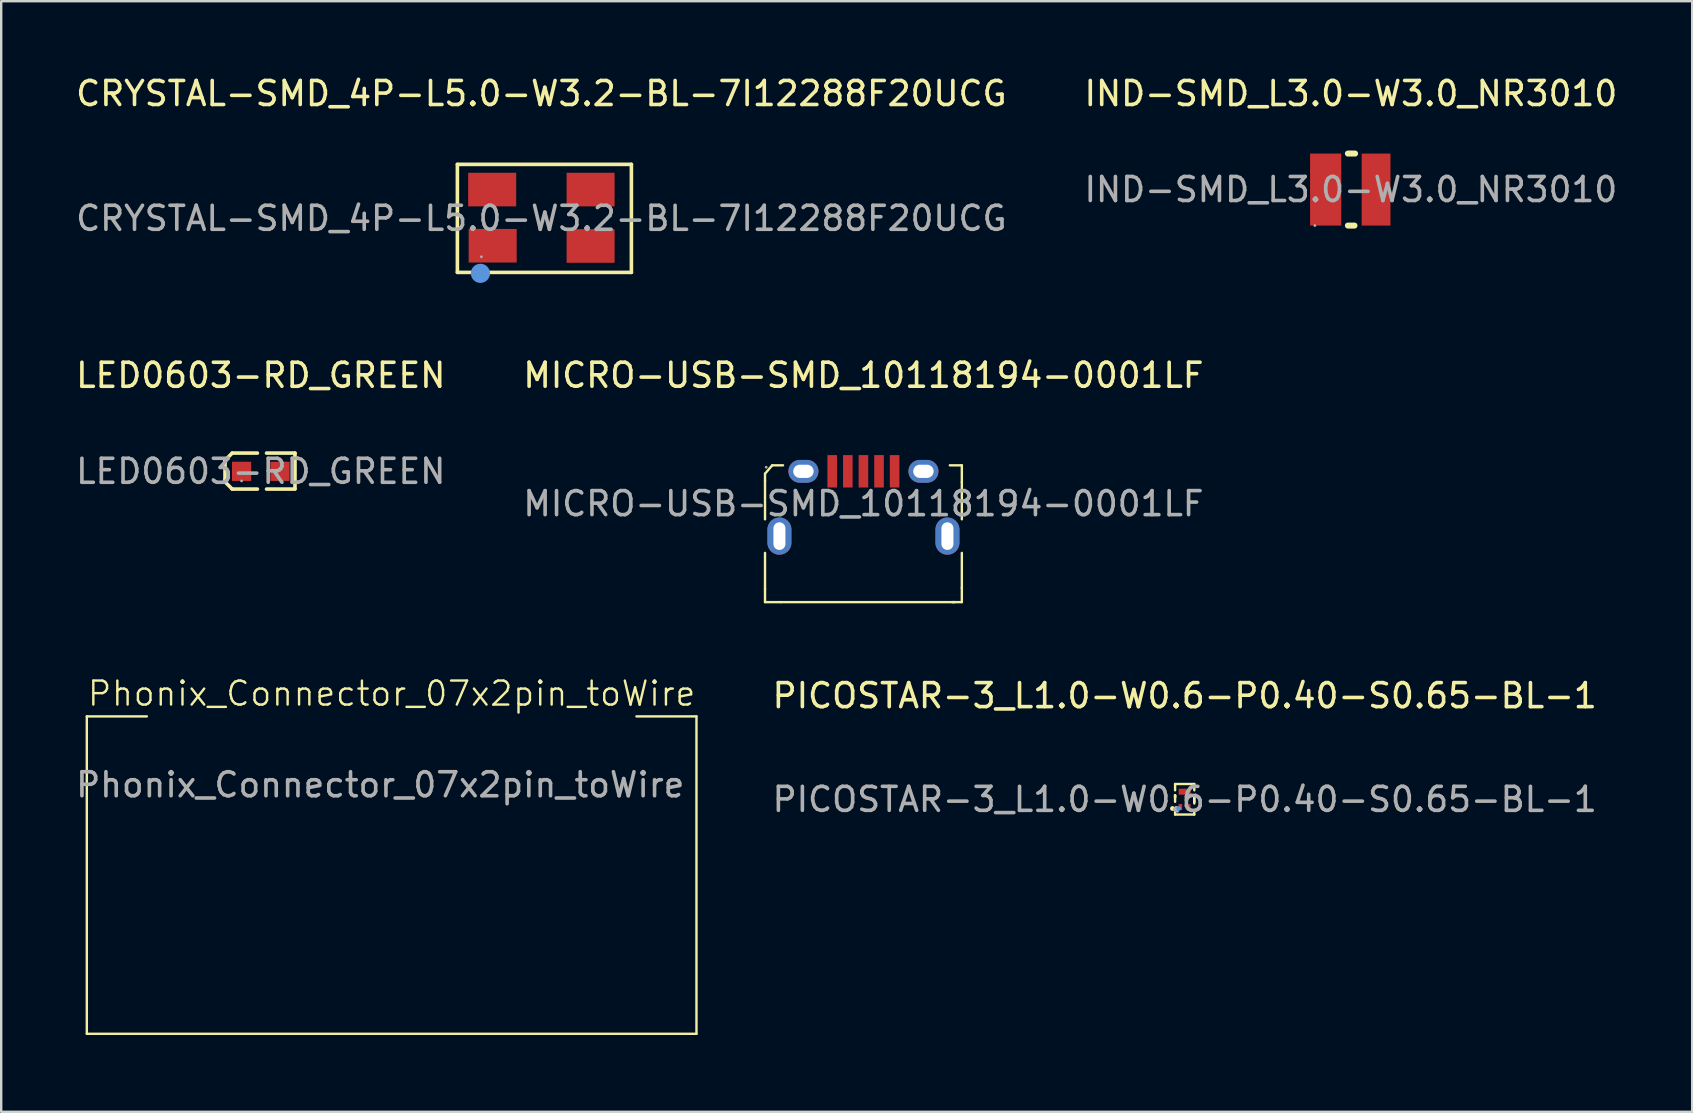
<source format=kicad_pcb>
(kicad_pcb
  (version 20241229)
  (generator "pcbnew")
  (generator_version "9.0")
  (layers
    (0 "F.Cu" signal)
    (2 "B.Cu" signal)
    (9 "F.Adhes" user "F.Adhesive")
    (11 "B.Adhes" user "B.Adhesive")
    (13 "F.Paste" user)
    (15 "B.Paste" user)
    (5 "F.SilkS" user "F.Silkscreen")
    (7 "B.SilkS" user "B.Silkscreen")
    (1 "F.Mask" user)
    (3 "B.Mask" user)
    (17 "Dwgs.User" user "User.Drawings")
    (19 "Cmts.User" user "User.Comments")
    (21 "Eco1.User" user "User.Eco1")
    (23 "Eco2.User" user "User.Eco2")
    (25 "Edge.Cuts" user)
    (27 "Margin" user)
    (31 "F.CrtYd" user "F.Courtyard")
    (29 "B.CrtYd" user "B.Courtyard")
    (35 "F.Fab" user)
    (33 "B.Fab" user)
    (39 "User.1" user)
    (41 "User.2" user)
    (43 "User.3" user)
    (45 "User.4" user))
  (footprint "PICOSTAR-3_L1.0-W0.6-P0.40-S0.65-BL-1"
    (layer "F.Cu")
    (at 46.308 30.255)
    (property "Reference" "PICOSTAR-3_L1.0-W0.6-P0.40-S0.65-BL-1" (at 0 -4.32 0) (layer "F.SilkS") (effects (font (size 1 1) (thickness 0.15))))
    (attr smd)
    (fp_line (start -0.4 -0.64) (end -0.4 -0.38) (stroke (width 0.1) (type solid)) (layer "F.SilkS"))
    (fp_line (start -0.4 -0.17) (end -0.4 -0.1) (stroke (width 0.1) (type solid)) (layer "F.SilkS"))
    (fp_line (start -0.4 -0.17) (end -0.4 -0.07) (stroke (width 0.1) (type solid)) (layer "F.SilkS"))
    (fp_line (start -0.4 -0.17) (end -0.4 0.1) (stroke (width 0.1) (type solid)) (layer "F.SilkS"))
    (fp_line (start -0.4 0.45) (end -0.4 0.63) (stroke (width 0.1) (type solid)) (layer "F.SilkS"))
    (fp_line (start -0.4 0.63) (end 0.4 0.63) (stroke (width 0.1) (type solid)) (layer "F.SilkS"))
    (fp_line (start 0.4 -0.64) (end -0.4 -0.64) (stroke (width 0.1) (type solid)) (layer "F.SilkS"))
    (fp_line (start 0.4 -0.38) (end 0.4 -0.64) (stroke (width 0.1) (type solid)) (layer "F.SilkS"))
    (fp_line (start 0.4 -0.12) (end 0.4 -0.17) (stroke (width 0.1) (type solid)) (layer "F.SilkS"))
    (fp_line (start 0.4 0.1) (end 0.4 -0.17) (stroke (width 0.1) (type solid)) (layer "F.SilkS"))
    (fp_line (start 0.4 0.1) (end 0.4 -0.17) (stroke (width 0.1) (type solid)) (layer "F.SilkS"))
    (fp_line (start 0.4 0.1) (end 0.4 0.17) (stroke (width 0.1) (type solid)) (layer "F.SilkS"))
    (fp_line (start 0.4 0.48) (end 0.4 0.63) (stroke (width 0.1) (type solid)) (layer "F.SilkS"))
    (fp_circle (center -0.51 0.38) (end -0.46 0.38) (stroke (width 0.1) (type solid)) (fill no) (layer "F.SilkS"))
    (fp_circle (center -0.25 0.38) (end -0.2 0.38) (stroke (width 0.1) (type solid)) (fill no) (layer "Cmts.User"))
    (fp_circle (center -0.3 0.5) (end -0.27 0.5) (stroke (width 0.06) (type solid)) (fill no) (layer "F.Fab"))
    (fp_text user "${REFERENCE}" (at 0 0 0) (layer "F.Fab") (effects (font (size 1 1) (thickness 0.15))))
    (pad "1" smd rect (at -0.18 0.32) (size 0.15 0.25) (layers "F.Cu" "F.Mask" "F.Paste"))
    (pad "2" smd rect (at 0.17 0.32) (size 0.15 0.25) (layers "F.Cu" "F.Mask" "F.Paste"))
    (pad "3" smd rect (at 0 -0.32) (size 0.5 0.25) (layers "F.Cu" "F.Mask" "F.Paste")))
  (footprint "IND-SMD_L3.0-W3.0_NR3010"
    (layer "F.Cu")
    (at 53.232 4.848)
    (property "Reference" "IND-SMD_L3.0-W3.0_NR3010" (at 0 -4 0) (layer "F.SilkS") (effects (font (size 1 1) (thickness 0.15))))
    (attr smd)
    (fp_line (start -0.125 -1.5) (end 0.175 -1.5) (stroke (width 0.25) (type solid)) (layer "F.SilkS"))
    (fp_line (start -0.125 1.5) (end 0.15 1.5) (stroke (width 0.25) (type solid)) (layer "F.SilkS"))
    (fp_circle (center -1.5 1.5) (end -1.47 1.5) (stroke (width 0.06) (type solid)) (fill no) (layer "F.Fab"))
    (fp_text user "${REFERENCE}" (at 0 0 0) (layer "F.Fab") (effects (font (size 1 1) (thickness 0.15))))
    (pad "1" smd rect (at -1.05 0) (size 1.3 3) (layers "F.Cu" "F.Mask" "F.Paste"))
    (pad "2" smd rect (at 1.05 0) (size 1.2 3) (layers "F.Cu" "F.Mask" "F.Paste")))
  (footprint "MICRO-USB-SMD_10118194-0001LF"
    (layer "F.Cu")
    (at 32.923 17.936)
    (property "Reference" "MICRO-USB-SMD_10118194-0001LF" (at 0 -5.35 0) (layer "F.SilkS") (effects (font (size 1 1) (thickness 0.15))))
    (attr smd)
    (fp_line (start -4.1 -1.25) (end -4.1 -0.95) (stroke (width 0.1) (type solid)) (layer "F.SilkS"))
    (fp_line (start -4.1 0.65) (end -4.1 -0.95) (stroke (width 0.1) (type solid)) (layer "F.SilkS"))
    (fp_line (start -4.1 3.55) (end -4.1 2.05) (stroke (width 0.1) (type solid)) (layer "F.SilkS"))
    (fp_line (start -4.1 3.55) (end -4.1 4.1) (stroke (width 0.1) (type solid)) (layer "F.SilkS"))
    (fp_line (start -4.1 4.1) (end -3.45 4.1) (stroke (width 0.1) (type solid)) (layer "F.SilkS"))
    (fp_line (start -3.8 -1.6) (end -4.1 -1.25) (stroke (width 0.1) (type solid)) (layer "F.SilkS"))
    (fp_line (start -3.45 4.1) (end 3.81 4.1) (stroke (width 0.1) (type solid)) (layer "F.SilkS"))
    (fp_line (start -3.35 -1.6) (end -3.8 -1.6) (stroke (width 0.1) (type solid)) (layer "F.SilkS"))
    (fp_line (start 3.6 -1.6) (end 4.1 -1.6) (stroke (width 0.1) (type solid)) (layer "F.SilkS"))
    (fp_line (start 4.1 -1.6) (end 4.1 -0.9) (stroke (width 0.1) (type solid)) (layer "F.SilkS"))
    (fp_line (start 4.1 0.65) (end 4.1 -0.9) (stroke (width 0.1) (type solid)) (layer "F.SilkS"))
    (fp_line (start 4.1 3.5) (end 4.1 2.05) (stroke (width 0.1) (type solid)) (layer "F.SilkS"))
    (fp_line (start 4.1 3.5) (end 4.1 4.1) (stroke (width 0.1) (type solid)) (layer "F.SilkS"))
    (fp_line (start 4.1 4.1) (end 3.7 4.1) (stroke (width 0.1) (type solid)) (layer "F.SilkS"))
    (fp_circle (center -4.05 -1.52) (end -4.02 -1.52) (stroke (width 0.06) (type solid)) (fill no) (layer "F.Fab"))
    (fp_text user "${REFERENCE}" (at 0 0 0) (layer "F.Fab") (effects (font (size 1 1) (thickness 0.15))))
    (pad "1" smd rect (at -1.3 -1.35) (size 0.4 1.35) (layers "F.Cu" "F.Mask" "F.Paste"))
    (pad "2" smd rect (at -0.65 -1.35) (size 0.4 1.35) (layers "F.Cu" "F.Mask" "F.Paste"))
    (pad "3" smd rect (at 0 -1.35) (size 0.4 1.35) (layers "F.Cu" "F.Mask" "F.Paste"))
    (pad "4" smd rect (at 0.65 -1.35) (size 0.4 1.35) (layers "F.Cu" "F.Mask" "F.Paste"))
    (pad "5" smd rect (at 1.3 -1.35) (size 0.4 1.35) (layers "F.Cu" "F.Mask" "F.Paste"))
    (pad "6" thru_hole oval (at -3.5 1.35) (size 1 1.55) (drill oval 0.5 1.15) (layers "*.Cu" "*.Mask"))
    (pad "6" thru_hole oval (at -2.5 -1.35) (size 1.25 0.95) (drill oval 0.85 0.55) (layers "*.Cu" "*.Mask"))
    (pad "6" thru_hole oval (at 2.5 -1.35) (size 1.25 0.95) (drill oval 0.85 0.55) (layers "*.Cu" "*.Mask"))
    (pad "6" thru_hole oval (at 3.5 1.35) (size 1 1.55) (drill oval 0.5 1.15) (layers "*.Cu" "*.Mask")))
  (footprint "CRYSTAL-SMD_4P-L5.0-W3.2-BL-7I12288F20UCG"
    (layer "F.Cu")
    (at 19.506 6.048)
    (property "Reference" "CRYSTAL-SMD_4P-L5.0-W3.2-BL-7I12288F20UCG" (at 0 -5.2 0) (layer "F.SilkS") (effects (font (size 1 1) (thickness 0.15))))
    (attr smd)
    (fp_line (start -3.5 -2.25) (end 3.75 -2.25) (stroke (width 0.15) (type solid)) (layer "F.SilkS"))
    (fp_line (start -3.5 2.25) (end -3.5 -2.25) (stroke (width 0.15) (type solid)) (layer "F.SilkS"))
    (fp_line (start 3.75 -2.25) (end 3.75 2.25) (stroke (width 0.15) (type solid)) (layer "F.SilkS"))
    (fp_line (start 3.75 2.25) (end -3.5 2.25) (stroke (width 0.15) (type solid)) (layer "F.SilkS"))
    (fp_circle (center -2.54 2.29) (end -2.34 2.29) (stroke (width 0.4) (type solid)) (fill no) (layer "Cmts.User"))
    (fp_circle (center -2.5 1.6) (end -2.47 1.6) (stroke (width 0.06) (type solid)) (fill no) (layer "F.Fab"))
    (fp_text user "${REFERENCE}" (at 0 0 0) (layer "F.Fab") (effects (font (size 1 1) (thickness 0.15))))
    (pad "1" smd rect (at -2.03 1.14) (size 2 1.4) (layers "F.Cu" "F.Mask" "F.Paste"))
    (pad "2" smd rect (at 2.05 1.15) (size 2 1.4) (layers "F.Cu" "F.Mask" "F.Paste"))
    (pad "3" smd rect (at 2.05 -1.2) (size 2 1.4) (layers "F.Cu" "F.Mask" "F.Paste"))
    (pad "4" smd rect (at -2.05 -1.2) (size 2 1.4) (layers "F.Cu" "F.Mask" "F.Paste")))
  (footprint "Phonix_Connector_07x2pin_toWire"
    (layer "F.Cu")
    (at 0.567 40.022)
    (property "Reference" "Phonix_Connector_07x2pin_toWire" (at 12.7 -14.175 0) (unlocked yes) (layer "F.SilkS") (effects (font (size 1 1) (thickness 0.1))))
    (attr smd)
    (fp_line (start 0 -13.225) (end 0 0) (stroke (width 0.1) (type default)) (layer "F.SilkS"))
    (fp_line (start 0 -13.225) (end 2.5 -13.225) (stroke (width 0.1) (type default)) (layer "F.SilkS"))
    (fp_line (start 0 0) (end 25.4 0) (stroke (width 0.1) (type default)) (layer "F.SilkS"))
    (fp_line (start 25.4 -13.225) (end 22.9 -13.225) (stroke (width 0.1) (type default)) (layer "F.SilkS"))
    (fp_line (start 25.4 -13.225) (end 25.4 0) (stroke (width 0.1) (type default)) (layer "F.SilkS"))
    (fp_text user "${REFERENCE}" (at 12.225 -10.375 0) (unlocked yes) (layer "F.Fab") (effects (font (size 1 1) (thickness 0.15)))))
  (footprint "LED0603-RD_GREEN"
    (layer "F.Cu")
    (at 7.815 16.587)
    (property "Reference" "LED0603-RD_GREEN" (at 0 -4 0) (layer "F.SilkS") (effects (font (size 1 1) (thickness 0.15))))
    (attr smd)
    (fp_line (start -1.49 -0.46) (end -1.19 -0.76) (stroke (width 0.15) (type solid)) (layer "F.SilkS"))
    (fp_line (start -1.49 -0.36) (end -1.49 -0.46) (stroke (width 0.15) (type solid)) (layer "F.SilkS"))
    (fp_line (start -1.49 -0.36) (end -1.49 0.34) (stroke (width 0.15) (type solid)) (layer "F.SilkS"))
    (fp_line (start -1.49 0.34) (end -1.49 0.44) (stroke (width 0.15) (type solid)) (layer "F.SilkS"))
    (fp_line (start -1.49 0.44) (end -1.19 0.74) (stroke (width 0.15) (type solid)) (layer "F.SilkS"))
    (fp_line (start -0.14 -0.76) (end -1.19 -0.76) (stroke (width 0.15) (type solid)) (layer "F.SilkS"))
    (fp_line (start -0.14 0.74) (end -1.19 0.74) (stroke (width 0.15) (type solid)) (layer "F.SilkS"))
    (fp_line (start 0.24 -0.76) (end 1.425 -0.76) (stroke (width 0.15) (type solid)) (layer "F.SilkS"))
    (fp_line (start 0.24 0.74) (end 1.425 0.74) (stroke (width 0.15) (type solid)) (layer "F.SilkS"))
    (fp_line (start 1.425 -0.76) (end 1.425 0.725) (stroke (width 0.15) (type solid)) (layer "F.SilkS"))
    (fp_circle (center -0.8 0.4) (end -0.77 0.4) (stroke (width 0.06) (type solid)) (fill no) (layer "F.Fab"))
    (fp_text user "${REFERENCE}" (at 0 0 0) (layer "F.Fab") (effects (font (size 1 1) (thickness 0.15))))
    (pad "1" smd rect (at -0.8 0 90) (size 0.8 0.8) (layers "F.Cu" "F.Mask" "F.Paste"))
    (pad "2" smd rect (at 0.8 0 90) (size 0.8 0.8) (layers "F.Cu" "F.Mask" "F.Paste")))
  (gr_rect
    (start -3 -3)
    (end 67.452 43.272)
    (stroke (width 0.1) (type default))
    (fill no)
    (layer "Edge.Cuts")))
</source>
